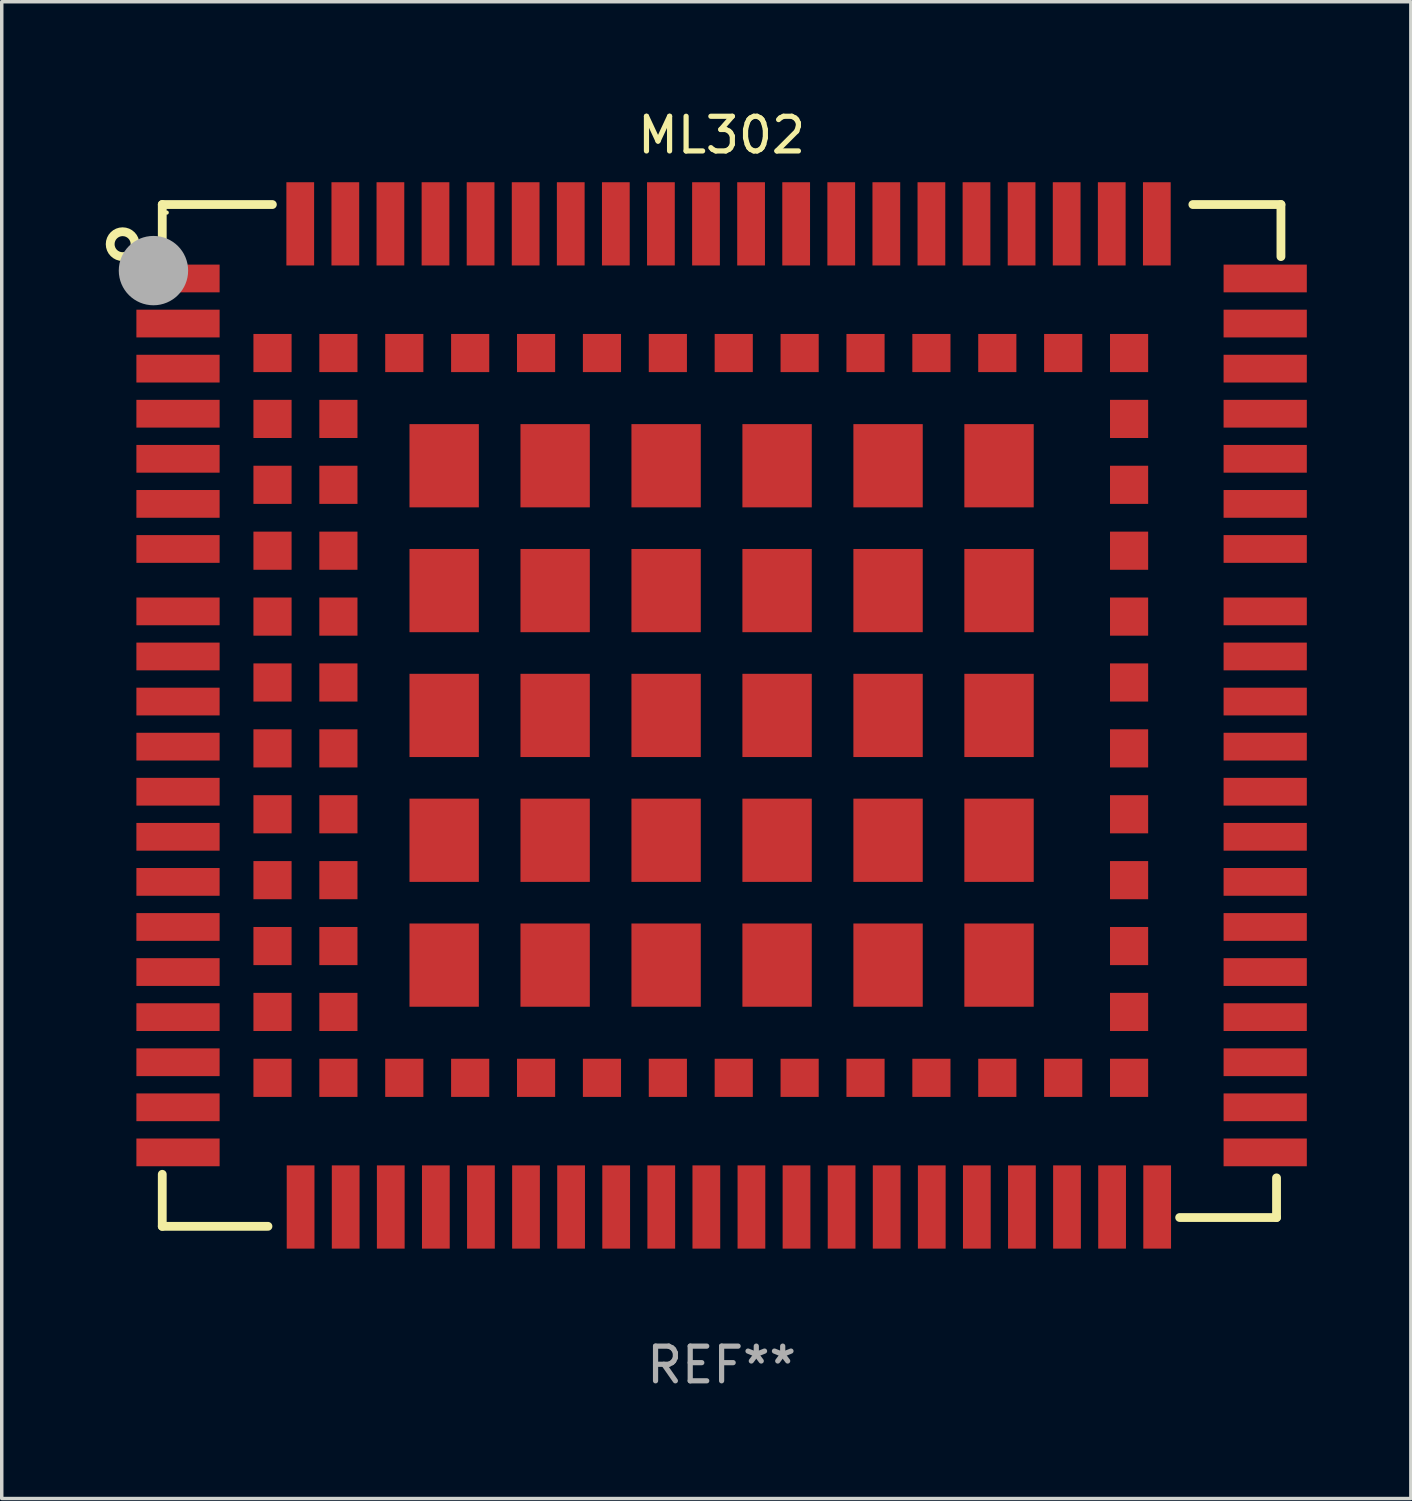
<source format=kicad_pcb>
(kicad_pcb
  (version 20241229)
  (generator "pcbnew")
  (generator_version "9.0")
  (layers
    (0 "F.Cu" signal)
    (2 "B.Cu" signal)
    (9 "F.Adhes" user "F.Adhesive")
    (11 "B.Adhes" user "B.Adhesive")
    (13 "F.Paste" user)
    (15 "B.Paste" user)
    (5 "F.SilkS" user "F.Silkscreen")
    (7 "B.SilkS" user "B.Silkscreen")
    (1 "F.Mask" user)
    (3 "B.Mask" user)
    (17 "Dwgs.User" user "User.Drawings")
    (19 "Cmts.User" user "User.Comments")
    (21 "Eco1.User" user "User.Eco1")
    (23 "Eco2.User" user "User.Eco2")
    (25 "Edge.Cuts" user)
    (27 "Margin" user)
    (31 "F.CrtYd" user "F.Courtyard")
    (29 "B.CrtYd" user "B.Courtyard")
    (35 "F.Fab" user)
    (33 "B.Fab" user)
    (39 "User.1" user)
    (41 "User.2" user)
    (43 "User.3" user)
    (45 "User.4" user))
  (footprint "ML302"
    (layer "F.Cu")
    (at 17.758 17.58)
    (property "Reference" "ML302" (at 0 -16.732 0) (layer "F.SilkS") (effects (font (size 1 1) (thickness 0.15))))
    (attr through_hole)
    (fp_line (start -16.129 -14.732) (end -12.954 -14.732) (stroke (width 0.254) (type solid)) (layer "F.SilkS"))
    (fp_line (start -16.129 -13.231) (end -16.129 -14.732) (stroke (width 0.254) (type solid)) (layer "F.SilkS"))
    (fp_line (start -16.129 13.232) (end -16.129 14.732) (stroke (width 0.254) (type solid)) (layer "F.SilkS"))
    (fp_line (start -16.129 14.732) (end -13.081 14.732) (stroke (width 0.254) (type solid)) (layer "F.SilkS"))
    (fp_line (start 13.208 14.478) (end 16.002 14.478) (stroke (width 0.254) (type solid)) (layer "F.SilkS"))
    (fp_line (start 13.589 -14.732) (end 16.129 -14.732) (stroke (width 0.254) (type solid)) (layer "F.SilkS"))
    (fp_line (start 16.002 14.478) (end 16.002 13.335) (stroke (width 0.254) (type solid)) (layer "F.SilkS"))
    (fp_line (start 16.129 -14.732) (end 16.129 -13.231) (stroke (width 0.254) (type solid)) (layer "F.SilkS"))
    (fp_circle (center -17.272 -13.589) (end -16.913 -13.589) (stroke (width 0.254) (type solid)) (fill no) (layer "F.SilkS"))
    (fp_circle (center -16 -14.5) (end -15.97 -14.5) (stroke (width 0.06) (type solid)) (fill no) (layer "F.SilkS"))
    (fp_circle (center -16.383 -12.827) (end -15.883 -12.827) (stroke (width 1) (type solid)) (fill no) (layer "F.Fab"))
    (fp_text user "REF**" (at 0 18.732 0) (layer "F.Fab") (effects (font (size 1 1) (thickness 0.15))))
    (pad "1" smd rect (at -15.675 -12.6) (size 2.4 0.8) (layers "F.Cu" "F.Mask" "F.Paste"))
    (pad "2" smd rect (at -15.675 -11.3) (size 2.4 0.8) (layers "F.Cu" "F.Mask" "F.Paste"))
    (pad "3" smd rect (at -15.675 -10) (size 2.4 0.8) (layers "F.Cu" "F.Mask" "F.Paste"))
    (pad "4" smd rect (at -15.675 -8.7) (size 2.4 0.8) (layers "F.Cu" "F.Mask" "F.Paste"))
    (pad "5" smd rect (at -15.675 -7.4) (size 2.4 0.8) (layers "F.Cu" "F.Mask" "F.Paste"))
    (pad "6" smd rect (at -15.675 -6.1) (size 2.4 0.8) (layers "F.Cu" "F.Mask" "F.Paste"))
    (pad "7" smd rect (at -15.675 -4.8) (size 2.4 0.8) (layers "F.Cu" "F.Mask" "F.Paste"))
    (pad "8" smd rect (at -15.675 -3) (size 2.4 0.8) (layers "F.Cu" "F.Mask" "F.Paste"))
    (pad "9" smd rect (at -15.675 -1.7) (size 2.4 0.8) (layers "F.Cu" "F.Mask" "F.Paste"))
    (pad "10" smd rect (at -15.675 -0.4) (size 2.4 0.8) (layers "F.Cu" "F.Mask" "F.Paste"))
    (pad "11" smd rect (at -15.675 0.9) (size 2.4 0.8) (layers "F.Cu" "F.Mask" "F.Paste"))
    (pad "12" smd rect (at -15.675 2.2) (size 2.4 0.8) (layers "F.Cu" "F.Mask" "F.Paste"))
    (pad "13" smd rect (at -15.675 3.5) (size 2.4 0.8) (layers "F.Cu" "F.Mask" "F.Paste"))
    (pad "14" smd rect (at -15.675 4.8) (size 2.4 0.8) (layers "F.Cu" "F.Mask" "F.Paste"))
    (pad "15" smd rect (at -15.675 6.1) (size 2.4 0.8) (layers "F.Cu" "F.Mask" "F.Paste"))
    (pad "16" smd rect (at -15.675 7.4) (size 2.4 0.8) (layers "F.Cu" "F.Mask" "F.Paste"))
    (pad "17" smd rect (at -15.675 8.7) (size 2.4 0.8) (layers "F.Cu" "F.Mask" "F.Paste"))
    (pad "18" smd rect (at -15.675 10.001) (size 2.4 0.8) (layers "F.Cu" "F.Mask" "F.Paste"))
    (pad "19" smd rect (at -15.675 11.3) (size 2.4 0.8) (layers "F.Cu" "F.Mask" "F.Paste"))
    (pad "20" smd rect (at -15.675 12.6) (size 2.4 0.8) (layers "F.Cu" "F.Mask" "F.Paste"))
    (pad "21" smd custom (at -12.14 14.175) (size 0.8 2.4) (layers "F.Cu" "F.Mask" "F.Paste") (options (anchor circle)) (primitives (gr_poly (pts (xy -0.4 -1.2) (xy 0.4 -1.2) (xy 0.4 1.2) (xy -0.4 1.2)) (width 0) (fill yes))))
    (pad "22" smd custom (at -10.84 14.175) (size 0.8 2.4) (layers "F.Cu" "F.Mask" "F.Paste") (options (anchor circle)) (primitives (gr_poly (pts (xy -0.4 -1.2) (xy 0.4 -1.2) (xy 0.4 1.2) (xy -0.4 1.2)) (width 0) (fill yes))))
    (pad "23" smd custom (at -9.54 14.175) (size 0.8 2.4) (layers "F.Cu" "F.Mask" "F.Paste") (options (anchor circle)) (primitives (gr_poly (pts (xy -0.4 -1.2) (xy 0.4 -1.2) (xy 0.4 1.2) (xy -0.4 1.2)) (width 0) (fill yes))))
    (pad "24" smd custom (at -8.24 14.175) (size 0.8 2.4) (layers "F.Cu" "F.Mask" "F.Paste") (options (anchor circle)) (primitives (gr_poly (pts (xy -0.4 -1.2) (xy 0.4 -1.2) (xy 0.4 1.2) (xy -0.4 1.2)) (width 0) (fill yes))))
    (pad "25" smd custom (at -6.94 14.175) (size 0.8 2.4) (layers "F.Cu" "F.Mask" "F.Paste") (options (anchor circle)) (primitives (gr_poly (pts (xy -0.4 -1.2) (xy 0.4 -1.2) (xy 0.4 1.2) (xy -0.4 1.2)) (width 0) (fill yes))))
    (pad "26" smd custom (at -5.64 14.175) (size 0.8 2.4) (layers "F.Cu" "F.Mask" "F.Paste") (options (anchor circle)) (primitives (gr_poly (pts (xy -0.4 -1.2) (xy 0.4 -1.2) (xy 0.4 1.2) (xy -0.4 1.2)) (width 0) (fill yes))))
    (pad "27" smd custom (at -4.34 14.175) (size 0.8 2.4) (layers "F.Cu" "F.Mask" "F.Paste") (options (anchor circle)) (primitives (gr_poly (pts (xy -0.4 -1.2) (xy 0.4 -1.2) (xy 0.4 1.2) (xy -0.4 1.2)) (width 0) (fill yes))))
    (pad "28" smd custom (at -3.04 14.175) (size 0.8 2.4) (layers "F.Cu" "F.Mask" "F.Paste") (options (anchor circle)) (primitives (gr_poly (pts (xy -0.4 -1.2) (xy 0.4 -1.2) (xy 0.4 1.2) (xy -0.4 1.2)) (width 0) (fill yes))))
    (pad "29" smd custom (at -1.74 14.175) (size 0.8 2.4) (layers "F.Cu" "F.Mask" "F.Paste") (options (anchor circle)) (primitives (gr_poly (pts (xy -0.4 -1.2) (xy 0.4 -1.2) (xy 0.4 1.2) (xy -0.4 1.2)) (width 0) (fill yes))))
    (pad "30" smd custom (at -0.44 14.175) (size 0.8 2.4) (layers "F.Cu" "F.Mask" "F.Paste") (options (anchor circle)) (primitives (gr_poly (pts (xy -0.4 -1.2) (xy 0.4 -1.2) (xy 0.4 1.2) (xy -0.4 1.2)) (width 0) (fill yes))))
    (pad "31" smd custom (at 0.86 14.175) (size 0.8 2.4) (layers "F.Cu" "F.Mask" "F.Paste") (options (anchor circle)) (primitives (gr_poly (pts (xy -0.4 -1.2) (xy 0.4 -1.2) (xy 0.4 1.2) (xy -0.4 1.2)) (width 0) (fill yes))))
    (pad "32" smd custom (at 2.16 14.175) (size 0.8 2.4) (layers "F.Cu" "F.Mask" "F.Paste") (options (anchor circle)) (primitives (gr_poly (pts (xy -0.4 -1.2) (xy 0.4 -1.2) (xy 0.4 1.2) (xy -0.4 1.2)) (width 0) (fill yes))))
    (pad "33" smd custom (at 3.46 14.175) (size 0.8 2.4) (layers "F.Cu" "F.Mask" "F.Paste") (options (anchor circle)) (primitives (gr_poly (pts (xy -0.4 -1.2) (xy 0.4 -1.2) (xy 0.4 1.2) (xy -0.4 1.2)) (width 0) (fill yes))))
    (pad "34" smd custom (at 4.76 14.175) (size 0.8 2.4) (layers "F.Cu" "F.Mask" "F.Paste") (options (anchor circle)) (primitives (gr_poly (pts (xy -0.4 -1.2) (xy 0.4 -1.2) (xy 0.4 1.2) (xy -0.4 1.2)) (width 0) (fill yes))))
    (pad "35" smd custom (at 6.06 14.175) (size 0.8 2.4) (layers "F.Cu" "F.Mask" "F.Paste") (options (anchor circle)) (primitives (gr_poly (pts (xy -0.4 -1.2) (xy 0.4 -1.2) (xy 0.4 1.2) (xy -0.4 1.2)) (width 0) (fill yes))))
    (pad "36" smd custom (at 7.36 14.175) (size 0.8 2.4) (layers "F.Cu" "F.Mask" "F.Paste") (options (anchor circle)) (primitives (gr_poly (pts (xy -0.4 -1.2) (xy 0.4 -1.2) (xy 0.4 1.2) (xy -0.4 1.2)) (width 0) (fill yes))))
    (pad "37" smd custom (at 8.66 14.175) (size 0.8 2.4) (layers "F.Cu" "F.Mask" "F.Paste") (options (anchor circle)) (primitives (gr_poly (pts (xy -0.4 -1.2) (xy 0.4 -1.2) (xy 0.4 1.2) (xy -0.4 1.2)) (width 0) (fill yes))))
    (pad "38" smd custom (at 9.96 14.175) (size 0.8 2.4) (layers "F.Cu" "F.Mask" "F.Paste") (options (anchor circle)) (primitives (gr_poly (pts (xy -0.4 -1.2) (xy 0.4 -1.2) (xy 0.4 1.2) (xy -0.4 1.2)) (width 0) (fill yes))))
    (pad "39" smd custom (at 11.26 14.175) (size 0.8 2.4) (layers "F.Cu" "F.Mask" "F.Paste") (options (anchor circle)) (primitives (gr_poly (pts (xy -0.4 -1.2) (xy 0.4 -1.2) (xy 0.4 1.2) (xy -0.4 1.2)) (width 0) (fill yes))))
    (pad "40" smd custom (at 12.56 14.175) (size 0.8 2.4) (layers "F.Cu" "F.Mask" "F.Paste") (options (anchor circle)) (primitives (gr_poly (pts (xy -0.4 -1.2) (xy 0.4 -1.2) (xy 0.4 1.2) (xy -0.4 1.2)) (width 0) (fill yes))))
    (pad "41" smd rect (at 15.675 12.6) (size 2.4 0.8) (layers "F.Cu" "F.Mask" "F.Paste"))
    (pad "42" smd rect (at 15.675 11.3) (size 2.4 0.8) (layers "F.Cu" "F.Mask" "F.Paste"))
    (pad "43" smd rect (at 15.675 10.001) (size 2.4 0.8) (layers "F.Cu" "F.Mask" "F.Paste"))
    (pad "44" smd rect (at 15.675 8.7) (size 2.4 0.8) (layers "F.Cu" "F.Mask" "F.Paste"))
    (pad "45" smd rect (at 15.675 7.4) (size 2.4 0.8) (layers "F.Cu" "F.Mask" "F.Paste"))
    (pad "46" smd rect (at 15.675 6.1) (size 2.4 0.8) (layers "F.Cu" "F.Mask" "F.Paste"))
    (pad "47" smd rect (at 15.675 4.8) (size 2.4 0.8) (layers "F.Cu" "F.Mask" "F.Paste"))
    (pad "48" smd rect (at 15.675 3.5) (size 2.4 0.8) (layers "F.Cu" "F.Mask" "F.Paste"))
    (pad "49" smd rect (at 15.675 2.2) (size 2.4 0.8) (layers "F.Cu" "F.Mask" "F.Paste"))
    (pad "50" smd rect (at 15.675 0.9) (size 2.4 0.8) (layers "F.Cu" "F.Mask" "F.Paste"))
    (pad "51" smd rect (at 15.675 -0.4) (size 2.4 0.8) (layers "F.Cu" "F.Mask" "F.Paste"))
    (pad "52" smd rect (at 15.675 -1.7) (size 2.4 0.8) (layers "F.Cu" "F.Mask" "F.Paste"))
    (pad "53" smd rect (at 15.675 -3) (size 2.4 0.8) (layers "F.Cu" "F.Mask" "F.Paste"))
    (pad "54" smd rect (at 15.675 -4.8) (size 2.4 0.8) (layers "F.Cu" "F.Mask" "F.Paste"))
    (pad "55" smd rect (at 15.675 -6.1) (size 2.4 0.8) (layers "F.Cu" "F.Mask" "F.Paste"))
    (pad "56" smd rect (at 15.675 -7.4) (size 2.4 0.8) (layers "F.Cu" "F.Mask" "F.Paste"))
    (pad "57" smd rect (at 15.675 -8.7) (size 2.4 0.8) (layers "F.Cu" "F.Mask" "F.Paste"))
    (pad "58" smd rect (at 15.675 -10) (size 2.4 0.8) (layers "F.Cu" "F.Mask" "F.Paste"))
    (pad "59" smd rect (at 15.675 -11.3) (size 2.4 0.8) (layers "F.Cu" "F.Mask" "F.Paste"))
    (pad "60" smd rect (at 15.675 -12.6) (size 2.4 0.8) (layers "F.Cu" "F.Mask" "F.Paste"))
    (pad "61" smd custom (at 12.55 -14.175) (size 0.8 2.4) (layers "F.Cu" "F.Mask" "F.Paste") (options (anchor circle)) (primitives (gr_poly (pts (xy -0.4 -1.2) (xy 0.4 -1.2) (xy 0.4 1.2) (xy -0.4 1.2)) (width 0) (fill yes))))
    (pad "62" smd custom (at 11.25 -14.175) (size 0.8 2.4) (layers "F.Cu" "F.Mask" "F.Paste") (options (anchor circle)) (primitives (gr_poly (pts (xy -0.4 -1.2) (xy 0.4 -1.2) (xy 0.4 1.2) (xy -0.4 1.2)) (width 0) (fill yes))))
    (pad "63" smd custom (at 9.95 -14.175) (size 0.8 2.4) (layers "F.Cu" "F.Mask" "F.Paste") (options (anchor circle)) (primitives (gr_poly (pts (xy -0.4 -1.2) (xy 0.4 -1.2) (xy 0.4 1.2) (xy -0.4 1.2)) (width 0) (fill yes))))
    (pad "64" smd custom (at 8.65 -14.175) (size 0.8 2.4) (layers "F.Cu" "F.Mask" "F.Paste") (options (anchor circle)) (primitives (gr_poly (pts (xy -0.4 -1.2) (xy 0.4 -1.2) (xy 0.4 1.2) (xy -0.4 1.2)) (width 0) (fill yes))))
    (pad "65" smd custom (at 7.35 -14.175) (size 0.8 2.4) (layers "F.Cu" "F.Mask" "F.Paste") (options (anchor circle)) (primitives (gr_poly (pts (xy -0.4 -1.2) (xy 0.4 -1.2) (xy 0.4 1.2) (xy -0.4 1.2)) (width 0) (fill yes))))
    (pad "66" smd custom (at 6.05 -14.175) (size 0.8 2.4) (layers "F.Cu" "F.Mask" "F.Paste") (options (anchor circle)) (primitives (gr_poly (pts (xy -0.4 -1.2) (xy 0.4 -1.2) (xy 0.4 1.2) (xy -0.4 1.2)) (width 0) (fill yes))))
    (pad "67" smd custom (at 4.75 -14.175) (size 0.8 2.4) (layers "F.Cu" "F.Mask" "F.Paste") (options (anchor circle)) (primitives (gr_poly (pts (xy -0.4 -1.2) (xy 0.4 -1.2) (xy 0.4 1.2) (xy -0.4 1.2)) (width 0) (fill yes))))
    (pad "68" smd custom (at 3.45 -14.175) (size 0.8 2.4) (layers "F.Cu" "F.Mask" "F.Paste") (options (anchor circle)) (primitives (gr_poly (pts (xy -0.4 -1.2) (xy 0.4 -1.2) (xy 0.4 1.2) (xy -0.4 1.2)) (width 0) (fill yes))))
    (pad "69" smd custom (at 2.15 -14.175) (size 0.8 2.4) (layers "F.Cu" "F.Mask" "F.Paste") (options (anchor circle)) (primitives (gr_poly (pts (xy -0.4 -1.2) (xy 0.4 -1.2) (xy 0.4 1.2) (xy -0.4 1.2)) (width 0) (fill yes))))
    (pad "70" smd custom (at 0.85 -14.175) (size 0.8 2.4) (layers "F.Cu" "F.Mask" "F.Paste") (options (anchor circle)) (primitives (gr_poly (pts (xy -0.4 -1.2) (xy 0.4 -1.2) (xy 0.4 1.2) (xy -0.4 1.2)) (width 0) (fill yes))))
    (pad "71" smd custom (at -0.45 -14.175) (size 0.8 2.4) (layers "F.Cu" "F.Mask" "F.Paste") (options (anchor circle)) (primitives (gr_poly (pts (xy -0.4 -1.2) (xy 0.4 -1.2) (xy 0.4 1.2) (xy -0.4 1.2)) (width 0) (fill yes))))
    (pad "72" smd custom (at -1.75 -14.175) (size 0.8 2.4) (layers "F.Cu" "F.Mask" "F.Paste") (options (anchor circle)) (primitives (gr_poly (pts (xy -0.4 -1.2) (xy 0.4 -1.2) (xy 0.4 1.2) (xy -0.4 1.2)) (width 0) (fill yes))))
    (pad "73" smd custom (at -3.05 -14.175) (size 0.8 2.4) (layers "F.Cu" "F.Mask" "F.Paste") (options (anchor circle)) (primitives (gr_poly (pts (xy -0.4 -1.2) (xy 0.4 -1.2) (xy 0.4 1.2) (xy -0.4 1.2)) (width 0) (fill yes))))
    (pad "74" smd custom (at -4.35 -14.175) (size 0.8 2.4) (layers "F.Cu" "F.Mask" "F.Paste") (options (anchor circle)) (primitives (gr_poly (pts (xy -0.4 -1.2) (xy 0.4 -1.2) (xy 0.4 1.2) (xy -0.4 1.2)) (width 0) (fill yes))))
    (pad "75" smd custom (at -5.65 -14.175) (size 0.8 2.4) (layers "F.Cu" "F.Mask" "F.Paste") (options (anchor circle)) (primitives (gr_poly (pts (xy -0.4 -1.2) (xy 0.4 -1.2) (xy 0.4 1.2) (xy -0.4 1.2)) (width 0) (fill yes))))
    (pad "76" smd custom (at -6.95 -14.175) (size 0.8 2.4) (layers "F.Cu" "F.Mask" "F.Paste") (options (anchor circle)) (primitives (gr_poly (pts (xy -0.4 -1.2) (xy 0.4 -1.2) (xy 0.4 1.2) (xy -0.4 1.2)) (width 0) (fill yes))))
    (pad "77" smd custom (at -8.25 -14.175) (size 0.8 2.4) (layers "F.Cu" "F.Mask" "F.Paste") (options (anchor circle)) (primitives (gr_poly (pts (xy -0.4 -1.2) (xy 0.4 -1.2) (xy 0.4 1.2) (xy -0.4 1.2)) (width 0) (fill yes))))
    (pad "78" smd custom (at -9.55 -14.175) (size 0.8 2.4) (layers "F.Cu" "F.Mask" "F.Paste") (options (anchor circle)) (primitives (gr_poly (pts (xy -0.4 -1.2) (xy 0.4 -1.2) (xy 0.4 1.2) (xy -0.4 1.2)) (width 0) (fill yes))))
    (pad "79" smd custom (at -10.85 -14.175) (size 0.8 2.4) (layers "F.Cu" "F.Mask" "F.Paste") (options (anchor circle)) (primitives (gr_poly (pts (xy -0.4 -1.2) (xy 0.4 -1.2) (xy 0.4 1.2) (xy -0.4 1.2)) (width 0) (fill yes))))
    (pad "80" smd custom (at -12.15 -14.175) (size 0.8 2.4) (layers "F.Cu" "F.Mask" "F.Paste") (options (anchor circle)) (primitives (gr_poly (pts (xy -0.4 -1.2) (xy 0.4 -1.2) (xy 0.4 1.2) (xy -0.4 1.2)) (width 0) (fill yes))))
    (pad "81" smd rect (at -12.95 -10.45) (size 1.1 1.1) (layers "F.Cu" "F.Mask" "F.Paste"))
    (pad "82" smd rect (at -12.95 -8.55) (size 1.1 1.1) (layers "F.Cu" "F.Mask" "F.Paste"))
    (pad "83" smd rect (at -12.95 -6.65) (size 1.1 1.1) (layers "F.Cu" "F.Mask" "F.Paste"))
    (pad "84" smd rect (at -12.95 -4.75) (size 1.1 1.1) (layers "F.Cu" "F.Mask" "F.Paste"))
    (pad "85" smd rect (at -12.95 -2.85) (size 1.1 1.1) (layers "F.Cu" "F.Mask" "F.Paste"))
    (pad "86" smd rect (at -12.95 -0.95) (size 1.1 1.1) (layers "F.Cu" "F.Mask" "F.Paste"))
    (pad "87" smd rect (at -12.95 0.95) (size 1.1 1.1) (layers "F.Cu" "F.Mask" "F.Paste"))
    (pad "88" smd rect (at -12.95 2.85) (size 1.1 1.1) (layers "F.Cu" "F.Mask" "F.Paste"))
    (pad "89" smd rect (at -12.95 4.75) (size 1.1 1.1) (layers "F.Cu" "F.Mask" "F.Paste"))
    (pad "90" smd rect (at -12.95 6.65) (size 1.1 1.1) (layers "F.Cu" "F.Mask" "F.Paste"))
    (pad "91" smd rect (at -12.95 8.55) (size 1.1 1.1) (layers "F.Cu" "F.Mask" "F.Paste"))
    (pad "92" smd rect (at -12.95 10.45) (size 1.1 1.1) (layers "F.Cu" "F.Mask" "F.Paste"))
    (pad "93" smd rect (at -11.05 10.45) (size 1.1 1.1) (layers "F.Cu" "F.Mask" "F.Paste"))
    (pad "94" smd rect (at -11.05 8.55) (size 1.1 1.1) (layers "F.Cu" "F.Mask" "F.Paste"))
    (pad "95" smd rect (at -11.05 6.65) (size 1.1 1.1) (layers "F.Cu" "F.Mask" "F.Paste"))
    (pad "96" smd rect (at -11.05 4.75) (size 1.1 1.1) (layers "F.Cu" "F.Mask" "F.Paste"))
    (pad "97" smd rect (at -11.05 2.85) (size 1.1 1.1) (layers "F.Cu" "F.Mask" "F.Paste"))
    (pad "98" smd rect (at -11.05 0.95) (size 1.1 1.1) (layers "F.Cu" "F.Mask" "F.Paste"))
    (pad "99" smd rect (at -11.05 -0.95) (size 1.1 1.1) (layers "F.Cu" "F.Mask" "F.Paste"))
    (pad "100" smd rect (at -11.05 -2.85) (size 1.1 1.1) (layers "F.Cu" "F.Mask" "F.Paste"))
    (pad "101" smd rect (at -11.05 -4.75) (size 1.1 1.1) (layers "F.Cu" "F.Mask" "F.Paste"))
    (pad "102" smd rect (at -11.05 -6.65) (size 1.1 1.1) (layers "F.Cu" "F.Mask" "F.Paste"))
    (pad "103" smd rect (at -11.05 -8.55) (size 1.1 1.1) (layers "F.Cu" "F.Mask" "F.Paste"))
    (pad "104" smd rect (at -11.05 -10.45) (size 1.1 1.1) (layers "F.Cu" "F.Mask" "F.Paste"))
    (pad "105" smd rect (at -9.15 -10.45) (size 1.1 1.1) (layers "F.Cu" "F.Mask" "F.Paste"))
    (pad "106" smd rect (at -7.25 -10.45) (size 1.1 1.1) (layers "F.Cu" "F.Mask" "F.Paste"))
    (pad "107" smd rect (at -5.35 -10.45) (size 1.1 1.1) (layers "F.Cu" "F.Mask" "F.Paste"))
    (pad "108" smd rect (at -3.45 -10.45) (size 1.1 1.1) (layers "F.Cu" "F.Mask" "F.Paste"))
    (pad "109" smd rect (at -1.55 -10.45) (size 1.1 1.1) (layers "F.Cu" "F.Mask" "F.Paste"))
    (pad "110" smd rect (at 0.35 -10.45) (size 1.1 1.1) (layers "F.Cu" "F.Mask" "F.Paste"))
    (pad "111" smd rect (at 2.25 -10.45) (size 1.1 1.1) (layers "F.Cu" "F.Mask" "F.Paste"))
    (pad "112" smd rect (at 4.15 -10.45) (size 1.1 1.1) (layers "F.Cu" "F.Mask" "F.Paste"))
    (pad "113" smd rect (at 6.05 -10.45) (size 1.1 1.1) (layers "F.Cu" "F.Mask" "F.Paste"))
    (pad "114" smd rect (at 7.95 -10.45) (size 1.1 1.1) (layers "F.Cu" "F.Mask" "F.Paste"))
    (pad "115" smd rect (at 9.85 -10.45) (size 1.1 1.1) (layers "F.Cu" "F.Mask" "F.Paste"))
    (pad "116" smd rect (at 11.75 -10.45) (size 1.1 1.1) (layers "F.Cu" "F.Mask" "F.Paste"))
    (pad "117" smd rect (at 11.75 -8.55) (size 1.1 1.1) (layers "F.Cu" "F.Mask" "F.Paste"))
    (pad "118" smd rect (at 11.75 -6.65) (size 1.1 1.1) (layers "F.Cu" "F.Mask" "F.Paste"))
    (pad "119" smd rect (at 11.75 -4.75) (size 1.1 1.1) (layers "F.Cu" "F.Mask" "F.Paste"))
    (pad "120" smd rect (at 11.75 -2.85) (size 1.1 1.1) (layers "F.Cu" "F.Mask" "F.Paste"))
    (pad "121" smd rect (at 11.75 -0.95) (size 1.1 1.1) (layers "F.Cu" "F.Mask" "F.Paste"))
    (pad "122" smd rect (at 11.75 0.95) (size 1.1 1.1) (layers "F.Cu" "F.Mask" "F.Paste"))
    (pad "123" smd rect (at 11.75 2.85) (size 1.1 1.1) (layers "F.Cu" "F.Mask" "F.Paste"))
    (pad "124" smd rect (at 11.75 4.75) (size 1.1 1.1) (layers "F.Cu" "F.Mask" "F.Paste"))
    (pad "125" smd rect (at 11.75 6.65) (size 1.1 1.1) (layers "F.Cu" "F.Mask" "F.Paste"))
    (pad "126" smd rect (at 11.75 8.55) (size 1.1 1.1) (layers "F.Cu" "F.Mask" "F.Paste"))
    (pad "127" smd rect (at 11.75 10.45) (size 1.1 1.1) (layers "F.Cu" "F.Mask" "F.Paste"))
    (pad "128" smd rect (at 9.85 10.45) (size 1.1 1.1) (layers "F.Cu" "F.Mask" "F.Paste"))
    (pad "129" smd rect (at 7.95 10.45) (size 1.1 1.1) (layers "F.Cu" "F.Mask" "F.Paste"))
    (pad "130" smd rect (at 6.05 10.45) (size 1.1 1.1) (layers "F.Cu" "F.Mask" "F.Paste"))
    (pad "131" smd rect (at 4.15 10.45) (size 1.1 1.1) (layers "F.Cu" "F.Mask" "F.Paste"))
    (pad "132" smd rect (at 2.25 10.45) (size 1.1 1.1) (layers "F.Cu" "F.Mask" "F.Paste"))
    (pad "133" smd rect (at 0.35 10.45) (size 1.1 1.1) (layers "F.Cu" "F.Mask" "F.Paste"))
    (pad "134" smd rect (at -1.55 10.45) (size 1.1 1.1) (layers "F.Cu" "F.Mask" "F.Paste"))
    (pad "135" smd rect (at -3.45 10.45) (size 1.1 1.1) (layers "F.Cu" "F.Mask" "F.Paste"))
    (pad "136" smd rect (at -5.35 10.45) (size 1.1 1.1) (layers "F.Cu" "F.Mask" "F.Paste"))
    (pad "137" smd rect (at -7.25 10.45) (size 1.1 1.1) (layers "F.Cu" "F.Mask" "F.Paste"))
    (pad "138" smd rect (at -9.15 10.45) (size 1.1 1.1) (layers "F.Cu" "F.Mask" "F.Paste"))
    (pad "139" smd custom (at -8 -7.2) (size 2 2.4) (layers "F.Cu" "F.Mask" "F.Paste") (options (anchor circle)) (primitives (gr_poly (pts (xy -1 -1.2) (xy 1 -1.2) (xy 1 1.2) (xy -1 1.2)) (width 0) (fill yes))))
    (pad "140" smd custom (at -4.8 -7.2) (size 2 2.4) (layers "F.Cu" "F.Mask" "F.Paste") (options (anchor circle)) (primitives (gr_poly (pts (xy -1 -1.2) (xy 1 -1.2) (xy 1 1.2) (xy -1 1.2)) (width 0) (fill yes))))
    (pad "141" smd custom (at -1.6 -7.2) (size 2 2.4) (layers "F.Cu" "F.Mask" "F.Paste") (options (anchor circle)) (primitives (gr_poly (pts (xy -1 -1.2) (xy 1 -1.2) (xy 1 1.2) (xy -1 1.2)) (width 0) (fill yes))))
    (pad "142" smd custom (at 1.6 -7.2) (size 2 2.4) (layers "F.Cu" "F.Mask" "F.Paste") (options (anchor circle)) (primitives (gr_poly (pts (xy -1 -1.2) (xy 1 -1.2) (xy 1 1.2) (xy -1 1.2)) (width 0) (fill yes))))
    (pad "143" smd custom (at 4.8 -7.2) (size 2 2.4) (layers "F.Cu" "F.Mask" "F.Paste") (options (anchor circle)) (primitives (gr_poly (pts (xy -1 -1.2) (xy 1 -1.2) (xy 1 1.2) (xy -1 1.2)) (width 0) (fill yes))))
    (pad "144" smd custom (at 8 -7.2) (size 2 2.4) (layers "F.Cu" "F.Mask" "F.Paste") (options (anchor circle)) (primitives (gr_poly (pts (xy -1 -1.2) (xy 1 -1.2) (xy 1 1.2) (xy -1 1.2)) (width 0) (fill yes))))
    (pad "145" smd custom (at -8 -3.6) (size 2 2.4) (layers "F.Cu" "F.Mask" "F.Paste") (options (anchor circle)) (primitives (gr_poly (pts (xy -1 -1.2) (xy 1 -1.2) (xy 1 1.2) (xy -1 1.2)) (width 0) (fill yes))))
    (pad "146" smd custom (at -4.8 -3.6) (size 2 2.4) (layers "F.Cu" "F.Mask" "F.Paste") (options (anchor circle)) (primitives (gr_poly (pts (xy -1 -1.2) (xy 1 -1.2) (xy 1 1.2) (xy -1 1.2)) (width 0) (fill yes))))
    (pad "147" smd custom (at -1.6 -3.6) (size 2 2.4) (layers "F.Cu" "F.Mask" "F.Paste") (options (anchor circle)) (primitives (gr_poly (pts (xy -1 -1.2) (xy 1 -1.2) (xy 1 1.2) (xy -1 1.2)) (width 0) (fill yes))))
    (pad "148" smd custom (at 1.6 -3.6) (size 2 2.4) (layers "F.Cu" "F.Mask" "F.Paste") (options (anchor circle)) (primitives (gr_poly (pts (xy -1 -1.2) (xy 1 -1.2) (xy 1 1.2) (xy -1 1.2)) (width 0) (fill yes))))
    (pad "149" smd custom (at 4.8 -3.6) (size 2 2.4) (layers "F.Cu" "F.Mask" "F.Paste") (options (anchor circle)) (primitives (gr_poly (pts (xy -1 -1.2) (xy 1 -1.2) (xy 1 1.2) (xy -1 1.2)) (width 0) (fill yes))))
    (pad "150" smd custom (at 8 -3.6) (size 2 2.4) (layers "F.Cu" "F.Mask" "F.Paste") (options (anchor circle)) (primitives (gr_poly (pts (xy -1 -1.2) (xy 1 -1.2) (xy 1 1.2) (xy -1 1.2)) (width 0) (fill yes))))
    (pad "151" smd custom (at -8 0) (size 2 2.4) (layers "F.Cu" "F.Mask" "F.Paste") (options (anchor circle)) (primitives (gr_poly (pts (xy -1 -1.2) (xy 1 -1.2) (xy 1 1.2) (xy -1 1.2)) (width 0) (fill yes))))
    (pad "152" smd custom (at -4.8 0) (size 2 2.4) (layers "F.Cu" "F.Mask" "F.Paste") (options (anchor circle)) (primitives (gr_poly (pts (xy -1 -1.2) (xy 1 -1.2) (xy 1 1.2) (xy -1 1.2)) (width 0) (fill yes))))
    (pad "153" smd custom (at -1.6 0) (size 2 2.4) (layers "F.Cu" "F.Mask" "F.Paste") (options (anchor circle)) (primitives (gr_poly (pts (xy -1 -1.2) (xy 1 -1.2) (xy 1 1.2) (xy -1 1.2)) (width 0) (fill yes))))
    (pad "154" smd custom (at 1.6 0) (size 2 2.4) (layers "F.Cu" "F.Mask" "F.Paste") (options (anchor circle)) (primitives (gr_poly (pts (xy -1 -1.2) (xy 1 -1.2) (xy 1 1.2) (xy -1 1.2)) (width 0) (fill yes))))
    (pad "155" smd custom (at 4.8 0) (size 2 2.4) (layers "F.Cu" "F.Mask" "F.Paste") (options (anchor circle)) (primitives (gr_poly (pts (xy -1 -1.2) (xy 1 -1.2) (xy 1 1.2) (xy -1 1.2)) (width 0) (fill yes))))
    (pad "156" smd rect (at 8 0) (size 2 2.4) (layers "F.Cu" "F.Mask" "F.Paste"))
    (pad "157" smd custom (at -8 3.6) (size 2 2.4) (layers "F.Cu" "F.Mask" "F.Paste") (options (anchor circle)) (primitives (gr_poly (pts (xy -1 -1.2) (xy 1 -1.2) (xy 1 1.2) (xy -1 1.2)) (width 0) (fill yes))))
    (pad "158" smd custom (at -4.8 3.6) (size 2 2.4) (layers "F.Cu" "F.Mask" "F.Paste") (options (anchor circle)) (primitives (gr_poly (pts (xy -1 -1.2) (xy 1 -1.2) (xy 1 1.2) (xy -1 1.2)) (width 0) (fill yes))))
    (pad "159" smd custom (at -1.6 3.6) (size 2 2.4) (layers "F.Cu" "F.Mask" "F.Paste") (options (anchor circle)) (primitives (gr_poly (pts (xy -1 -1.2) (xy 1 -1.2) (xy 1 1.2) (xy -1 1.2)) (width 0) (fill yes))))
    (pad "160" smd custom (at 1.6 3.6) (size 2 2.4) (layers "F.Cu" "F.Mask" "F.Paste") (options (anchor circle)) (primitives (gr_poly (pts (xy -1 -1.2) (xy 1 -1.2) (xy 1 1.2) (xy -1 1.2)) (width 0) (fill yes))))
    (pad "161" smd custom (at 4.8 3.6) (size 2 2.4) (layers "F.Cu" "F.Mask" "F.Paste") (options (anchor circle)) (primitives (gr_poly (pts (xy -1 -1.2) (xy 1 -1.2) (xy 1 1.2) (xy -1 1.2)) (width 0) (fill yes))))
    (pad "162" smd custom (at 8 3.6) (size 2 2.4) (layers "F.Cu" "F.Mask" "F.Paste") (options (anchor circle)) (primitives (gr_poly (pts (xy -1 -1.2) (xy 1 -1.2) (xy 1 1.2) (xy -1 1.2)) (width 0) (fill yes))))
    (pad "163" smd custom (at -8 7.2) (size 2 2.4) (layers "F.Cu" "F.Mask" "F.Paste") (options (anchor circle)) (primitives (gr_poly (pts (xy -1 -1.2) (xy 1 -1.2) (xy 1 1.2) (xy -1 1.2)) (width 0) (fill yes))))
    (pad "164" smd custom (at -4.8 7.2) (size 2 2.4) (layers "F.Cu" "F.Mask" "F.Paste") (options (anchor circle)) (primitives (gr_poly (pts (xy -1 -1.2) (xy 1 -1.2) (xy 1 1.2) (xy -1 1.2)) (width 0) (fill yes))))
    (pad "165" smd custom (at -1.6 7.2) (size 2 2.4) (layers "F.Cu" "F.Mask" "F.Paste") (options (anchor circle)) (primitives (gr_poly (pts (xy -1 -1.2) (xy 1 -1.2) (xy 1 1.2) (xy -1 1.2)) (width 0) (fill yes))))
    (pad "166" smd custom (at 1.6 7.2) (size 2 2.4) (layers "F.Cu" "F.Mask" "F.Paste") (options (anchor circle)) (primitives (gr_poly (pts (xy -1 -1.2) (xy 1 -1.2) (xy 1 1.2) (xy -1 1.2)) (width 0) (fill yes))))
    (pad "167" smd custom (at 4.8 7.2) (size 2 2.4) (layers "F.Cu" "F.Mask" "F.Paste") (options (anchor circle)) (primitives (gr_poly (pts (xy -1 -1.2) (xy 1 -1.2) (xy 1 1.2) (xy -1 1.2)) (width 0) (fill yes))))
    (pad "168" smd custom (at 8 7.2) (size 2 2.4) (layers "F.Cu" "F.Mask" "F.Paste") (options (anchor circle)) (primitives (gr_poly (pts (xy -1 -1.2) (xy 1 -1.2) (xy 1 1.2) (xy -1 1.2)) (width 0) (fill yes)))))
  (gr_rect
    (start -3 -3)
    (end 37.633 40.161)
    (stroke (width 0.1) (type default))
    (fill no)
    (layer "Edge.Cuts")))
</source>
